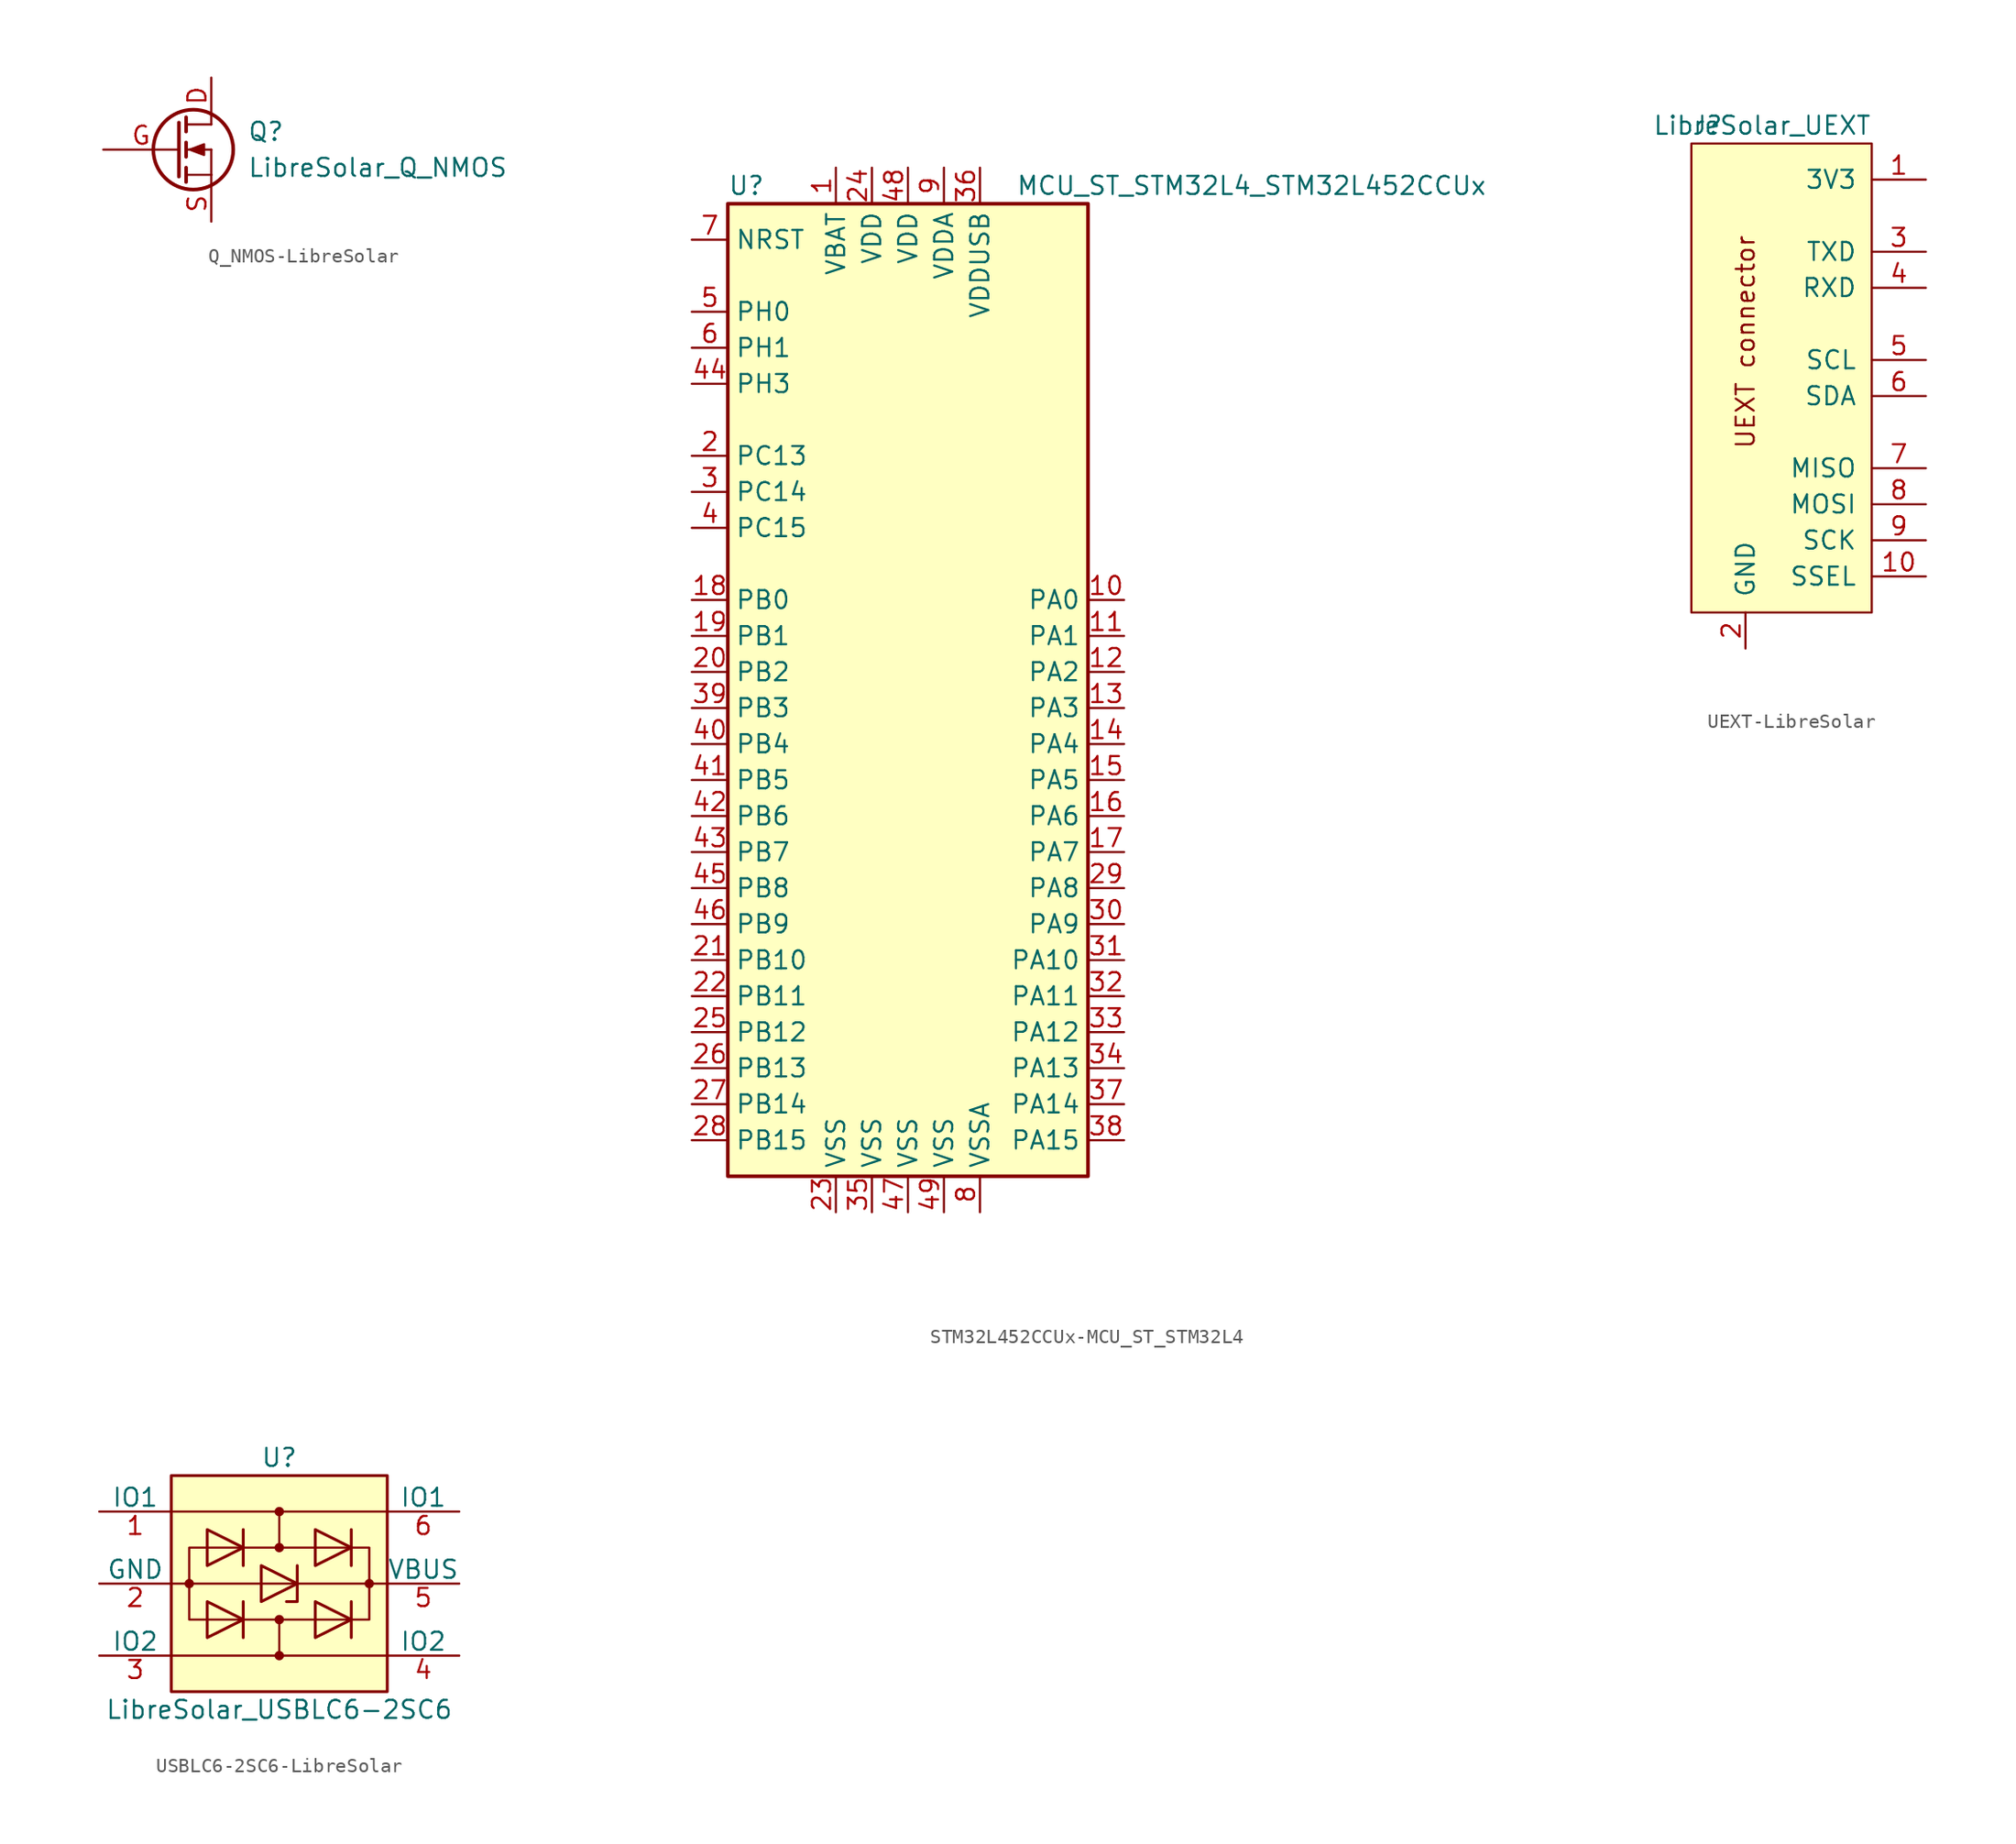
<source format=kicad_sym>
(kicad_symbol_lib
  (version 20231120)
  (generator "kicad_symbol_editor")
  (generator_version "8.0")
  (symbol "Q_NMOS-LibreSolar"
    (pin_names
      (offset 0) hide)
    (property "Reference" "Q"
      (at 5.08 1.27 0)
      (effects (font (size 1.27 1.27)) (justify left)))
    (property "Value" "LibreSolar_Q_NMOS"
      (at 5.08 -1.27 0)
      (effects (font (size 1.27 1.27)) (justify left)))
    (property "Footprint" ""
      (at 5.08 2.54 0)
      (effects (font (size 1.27 1.27))))
    (property "Datasheet" ""
      (at 0 0 0)
      (effects (font (size 1.27 1.27))))
    (symbol "Q_NMOS-LibreSolar_0_1"
      (polyline (pts (xy 0.762 -1.778) (xy 2.54 -1.778)) (stroke (width 0) (type solid)) (fill (type none)))
      (polyline (pts (xy 0.762 -1.27) (xy 0.762 -2.286)) (stroke (width 0.254) (type solid)) (fill (type none)))
      (polyline (pts (xy 0.762 0) (xy 2.54 0)) (stroke (width 0) (type solid)) (fill (type none)))
      (polyline (pts (xy 0.762 0.508) (xy 0.762 -0.508)) (stroke (width 0.254) (type solid)) (fill (type none)))
      (polyline (pts (xy 0.762 1.778) (xy 2.54 1.778)) (stroke (width 0) (type solid)) (fill (type none)))
      (polyline (pts (xy 0.762 2.286) (xy 0.762 1.27)) (stroke (width 0.254) (type solid)) (fill (type none)))
      (polyline (pts (xy 2.54 -1.778) (xy 2.54 -2.54)) (stroke (width 0) (type solid)) (fill (type none)))
      (polyline (pts (xy 2.54 -1.778) (xy 2.54 0)) (stroke (width 0) (type solid)) (fill (type none)))
      (polyline (pts (xy 2.54 2.54) (xy 2.54 1.778)) (stroke (width 0) (type solid)) (fill (type none)))
      (polyline (pts (xy 0.254 1.905) (xy 0.254 -1.905) (xy 0.254 -1.905)) (stroke (width 0.254) (type solid)) (fill (type none)))
      (polyline (pts (xy 1.016 0) (xy 2.032 0.381) (xy 2.032 -0.381) (xy 1.016 0)) (stroke (width 0) (type solid)) (fill (type outline)))
      (circle (center 1.27 0) (radius 2.819) (stroke (width 0.254) (type solid)) (fill (type none))))
    (symbol "Q_NMOS-LibreSolar_1_1"
      (pin passive line (at 2.54 5.08 270) (length 2.54) (name "D" (effects (font (size 1.27 1.27)))) (number "D" (effects (font (size 1.27 1.27)))))
      (pin input line (at -5.08 0 0) (length 5.334) (name "G" (effects (font (size 1.27 1.27)))) (number "G" (effects (font (size 1.27 1.27)))))
      (pin passive line (at 2.54 -5.08 90) (length 2.54) (name "S" (effects (font (size 1.27 1.27)))) (number "S" (effects (font (size 1.27 1.27)))))))
  (symbol "STM32L452CCUx-MCU_ST_STM32L4"
    (property "Reference" "U"
      (at -12.7 34.29 0)
      (effects (font (size 1.27 1.27)) (justify left)))
    (property "Value" "MCU_ST_STM32L4_STM32L452CCUx"
      (at 7.62 34.29 0)
      (effects (font (size 1.27 1.27)) (justify left)))
    (symbol "STM32L452CCUx-MCU_ST_STM32L4_0_1"
      (rectangle (start -12.7 -35.56) (end 12.7 33.02) (stroke (width 0.254) (type solid)) (fill (type background))))
    (symbol "STM32L452CCUx-MCU_ST_STM32L4_1_1"
      (pin power_in line (at -5.08 35.56 270) (length 2.54) (name "VBAT" (effects (font (size 1.27 1.27)))) (number "1" (effects (font (size 1.27 1.27)))))
      (pin bidirectional line (at 15.24 5.08 180) (length 2.54) (name "PA0" (effects (font (size 1.27 1.27)))) (number "10" (effects (font (size 1.27 1.27)))))
      (pin bidirectional line (at 15.24 2.54 180) (length 2.54) (name "PA1" (effects (font (size 1.27 1.27)))) (number "11" (effects (font (size 1.27 1.27)))))
      (pin bidirectional line (at 15.24 0 180) (length 2.54) (name "PA2" (effects (font (size 1.27 1.27)))) (number "12" (effects (font (size 1.27 1.27)))))
      (pin bidirectional line (at 15.24 -2.54 180) (length 2.54) (name "PA3" (effects (font (size 1.27 1.27)))) (number "13" (effects (font (size 1.27 1.27)))))
      (pin bidirectional line (at 15.24 -5.08 180) (length 2.54) (name "PA4" (effects (font (size 1.27 1.27)))) (number "14" (effects (font (size 1.27 1.27)))))
      (pin bidirectional line (at 15.24 -7.62 180) (length 2.54) (name "PA5" (effects (font (size 1.27 1.27)))) (number "15" (effects (font (size 1.27 1.27)))))
      (pin bidirectional line (at 15.24 -10.16 180) (length 2.54) (name "PA6" (effects (font (size 1.27 1.27)))) (number "16" (effects (font (size 1.27 1.27)))))
      (pin bidirectional line (at 15.24 -12.7 180) (length 2.54) (name "PA7" (effects (font (size 1.27 1.27)))) (number "17" (effects (font (size 1.27 1.27)))))
      (pin bidirectional line (at -15.24 5.08 0) (length 2.54) (name "PB0" (effects (font (size 1.27 1.27)))) (number "18" (effects (font (size 1.27 1.27)))))
      (pin bidirectional line (at -15.24 2.54 0) (length 2.54) (name "PB1" (effects (font (size 1.27 1.27)))) (number "19" (effects (font (size 1.27 1.27)))))
      (pin bidirectional line (at -15.24 15.24 0) (length 2.54) (name "PC13" (effects (font (size 1.27 1.27)))) (number "2" (effects (font (size 1.27 1.27)))))
      (pin bidirectional line (at -15.24 0 0) (length 2.54) (name "PB2" (effects (font (size 1.27 1.27)))) (number "20" (effects (font (size 1.27 1.27)))))
      (pin bidirectional line (at -15.24 -20.32 0) (length 2.54) (name "PB10" (effects (font (size 1.27 1.27)))) (number "21" (effects (font (size 1.27 1.27)))))
      (pin bidirectional line (at -15.24 -22.86 0) (length 2.54) (name "PB11" (effects (font (size 1.27 1.27)))) (number "22" (effects (font (size 1.27 1.27)))))
      (pin power_in line (at -5.08 -38.1 90) (length 2.54) (name "VSS" (effects (font (size 1.27 1.27)))) (number "23" (effects (font (size 1.27 1.27)))))
      (pin power_in line (at -2.54 35.56 270) (length 2.54) (name "VDD" (effects (font (size 1.27 1.27)))) (number "24" (effects (font (size 1.27 1.27)))))
      (pin bidirectional line (at -15.24 -25.4 0) (length 2.54) (name "PB12" (effects (font (size 1.27 1.27)))) (number "25" (effects (font (size 1.27 1.27)))))
      (pin bidirectional line (at -15.24 -27.94 0) (length 2.54) (name "PB13" (effects (font (size 1.27 1.27)))) (number "26" (effects (font (size 1.27 1.27)))))
      (pin bidirectional line (at -15.24 -30.48 0) (length 2.54) (name "PB14" (effects (font (size 1.27 1.27)))) (number "27" (effects (font (size 1.27 1.27)))))
      (pin bidirectional line (at -15.24 -33.02 0) (length 2.54) (name "PB15" (effects (font (size 1.27 1.27)))) (number "28" (effects (font (size 1.27 1.27)))))
      (pin bidirectional line (at 15.24 -15.24 180) (length 2.54) (name "PA8" (effects (font (size 1.27 1.27)))) (number "29" (effects (font (size 1.27 1.27)))))
      (pin bidirectional line (at -15.24 12.7 0) (length 2.54) (name "PC14" (effects (font (size 1.27 1.27)))) (number "3" (effects (font (size 1.27 1.27)))))
      (pin bidirectional line (at 15.24 -17.78 180) (length 2.54) (name "PA9" (effects (font (size 1.27 1.27)))) (number "30" (effects (font (size 1.27 1.27)))))
      (pin bidirectional line (at 15.24 -20.32 180) (length 2.54) (name "PA10" (effects (font (size 1.27 1.27)))) (number "31" (effects (font (size 1.27 1.27)))))
      (pin bidirectional line (at 15.24 -22.86 180) (length 2.54) (name "PA11" (effects (font (size 1.27 1.27)))) (number "32" (effects (font (size 1.27 1.27)))))
      (pin bidirectional line (at 15.24 -25.4 180) (length 2.54) (name "PA12" (effects (font (size 1.27 1.27)))) (number "33" (effects (font (size 1.27 1.27)))))
      (pin bidirectional line (at 15.24 -27.94 180) (length 2.54) (name "PA13" (effects (font (size 1.27 1.27)))) (number "34" (effects (font (size 1.27 1.27)))))
      (pin power_in line (at -2.54 -38.1 90) (length 2.54) (name "VSS" (effects (font (size 1.27 1.27)))) (number "35" (effects (font (size 1.27 1.27)))))
      (pin power_in line (at 5.08 35.56 270) (length 2.54) (name "VDDUSB" (effects (font (size 1.27 1.27)))) (number "36" (effects (font (size 1.27 1.27)))))
      (pin bidirectional line (at 15.24 -30.48 180) (length 2.54) (name "PA14" (effects (font (size 1.27 1.27)))) (number "37" (effects (font (size 1.27 1.27)))))
      (pin bidirectional line (at 15.24 -33.02 180) (length 2.54) (name "PA15" (effects (font (size 1.27 1.27)))) (number "38" (effects (font (size 1.27 1.27)))))
      (pin bidirectional line (at -15.24 -2.54 0) (length 2.54) (name "PB3" (effects (font (size 1.27 1.27)))) (number "39" (effects (font (size 1.27 1.27)))))
      (pin bidirectional line (at -15.24 10.16 0) (length 2.54) (name "PC15" (effects (font (size 1.27 1.27)))) (number "4" (effects (font (size 1.27 1.27)))))
      (pin bidirectional line (at -15.24 -5.08 0) (length 2.54) (name "PB4" (effects (font (size 1.27 1.27)))) (number "40" (effects (font (size 1.27 1.27)))))
      (pin bidirectional line (at -15.24 -7.62 0) (length 2.54) (name "PB5" (effects (font (size 1.27 1.27)))) (number "41" (effects (font (size 1.27 1.27)))))
      (pin bidirectional line (at -15.24 -10.16 0) (length 2.54) (name "PB6" (effects (font (size 1.27 1.27)))) (number "42" (effects (font (size 1.27 1.27)))))
      (pin bidirectional line (at -15.24 -12.7 0) (length 2.54) (name "PB7" (effects (font (size 1.27 1.27)))) (number "43" (effects (font (size 1.27 1.27)))))
      (pin bidirectional line (at -15.24 20.32 0) (length 2.54) (name "PH3" (effects (font (size 1.27 1.27)))) (number "44" (effects (font (size 1.27 1.27)))))
      (pin bidirectional line (at -15.24 -15.24 0) (length 2.54) (name "PB8" (effects (font (size 1.27 1.27)))) (number "45" (effects (font (size 1.27 1.27)))))
      (pin bidirectional line (at -15.24 -17.78 0) (length 2.54) (name "PB9" (effects (font (size 1.27 1.27)))) (number "46" (effects (font (size 1.27 1.27)))))
      (pin power_in line (at 0 -38.1 90) (length 2.54) (name "VSS" (effects (font (size 1.27 1.27)))) (number "47" (effects (font (size 1.27 1.27)))))
      (pin power_in line (at 0 35.56 270) (length 2.54) (name "VDD" (effects (font (size 1.27 1.27)))) (number "48" (effects (font (size 1.27 1.27)))))
      (pin power_in line (at 2.54 -38.1 90) (length 2.54) (name "VSS" (effects (font (size 1.27 1.27)))) (number "49" (effects (font (size 1.27 1.27)))))
      (pin input line (at -15.24 25.4 0) (length 2.54) (name "PH0" (effects (font (size 1.27 1.27)))) (number "5" (effects (font (size 1.27 1.27)))))
      (pin input line (at -15.24 22.86 0) (length 2.54) (name "PH1" (effects (font (size 1.27 1.27)))) (number "6" (effects (font (size 1.27 1.27)))))
      (pin input line (at -15.24 30.48 0) (length 2.54) (name "NRST" (effects (font (size 1.27 1.27)))) (number "7" (effects (font (size 1.27 1.27)))))
      (pin power_in line (at 5.08 -38.1 90) (length 2.54) (name "VSSA" (effects (font (size 1.27 1.27)))) (number "8" (effects (font (size 1.27 1.27)))))
      (pin power_in line (at 2.54 35.56 270) (length 2.54) (name "VDDA" (effects (font (size 1.27 1.27)))) (number "9" (effects (font (size 1.27 1.27)))))))
  (symbol "UEXT-LibreSolar"
    (pin_names
      (offset 1.016))
    (property "Reference" "J"
      (at -6.35 19.05 0)
      (effects (font (size 1.27 1.27)) (justify left)))
    (property "Value" "LibreSolar_UEXT"
      (at 6.35 19.05 0)
      (effects (font (size 1.27 1.27)) (justify right)))
    (property "Datasheet" ""
      (at 0 -2.54 0)
      (effects (font (size 1.524 1.524))))
    (symbol "UEXT-LibreSolar_0_0"
      (text "UEXT connector" (at -2.54 3.81 900) (effects (font (size 1.27 1.27))))
      (pin passive line (at 10.16 7.62 180) (length 3.81) (name "RXD" (effects (font (size 1.27 1.27)))) (number "4" (effects (font (size 1.27 1.27))))))
    (symbol "UEXT-LibreSolar_0_1"
      (rectangle (start -6.35 17.78) (end 6.35 -15.24) (stroke (width 0) (type solid)) (fill (type background))))
    (symbol "UEXT-LibreSolar_1_1"
      (pin passive line (at 10.16 15.24 180) (length 3.81) (name "3V3" (effects (font (size 1.27 1.27)))) (number "1" (effects (font (size 1.27 1.27)))))
      (pin passive line (at 10.16 -12.7 180) (length 3.81) (name "SSEL" (effects (font (size 1.27 1.27)))) (number "10" (effects (font (size 1.27 1.27)))))
      (pin passive line (at -2.54 -17.78 90) (length 2.54) (name "GND" (effects (font (size 1.27 1.27)))) (number "2" (effects (font (size 1.27 1.27)))))
      (pin passive line (at 10.16 10.16 180) (length 3.81) (name "TXD" (effects (font (size 1.27 1.27)))) (number "3" (effects (font (size 1.27 1.27)))))
      (pin passive line (at 10.16 2.54 180) (length 3.81) (name "SCL" (effects (font (size 1.27 1.27)))) (number "5" (effects (font (size 1.27 1.27)))))
      (pin passive line (at 10.16 0 180) (length 3.81) (name "SDA" (effects (font (size 1.27 1.27)))) (number "6" (effects (font (size 1.27 1.27)))))
      (pin passive line (at 10.16 -5.08 180) (length 3.81) (name "MISO" (effects (font (size 1.27 1.27)))) (number "7" (effects (font (size 1.27 1.27)))))
      (pin passive line (at 10.16 -7.62 180) (length 3.81) (name "MOSI" (effects (font (size 1.27 1.27)))) (number "8" (effects (font (size 1.27 1.27)))))
      (pin passive line (at 10.16 -10.16 180) (length 3.81) (name "SCK" (effects (font (size 1.27 1.27)))) (number "9" (effects (font (size 1.27 1.27)))))))
  (symbol "USBLC6-2SC6-LibreSolar"
    (pin_names
      (offset 0))
    (property "Reference" "U"
      (at 0 8.89 0)
      (effects (font (size 1.27 1.27))))
    (property "Value" "LibreSolar_USBLC6-2SC6"
      (at 0 -8.89 0)
      (effects (font (size 1.27 1.27))))
    (symbol "USBLC6-2SC6-LibreSolar_0_1"
      (rectangle (start -7.62 7.62) (end 7.62 -7.62) (stroke (width 0.203) (type solid)) (fill (type background)))
      (circle (center -6.35 0) (radius 0.254) (stroke (width 0) (type solid)) (fill (type outline)))
      (circle (center 0 -5.08) (radius 0.254) (stroke (width 0) (type solid)) (fill (type outline)))
      (circle (center 0 -2.54) (radius 0.254) (stroke (width 0) (type solid)) (fill (type outline)))
      (polyline (pts (xy -7.62 0) (xy -6.35 0)) (stroke (width 0) (type solid)) (fill (type none)))
      (polyline (pts (xy -6.35 0) (xy 1.27 0)) (stroke (width 0) (type solid)) (fill (type none)))
      (polyline (pts (xy -2.54 -2.54) (xy 5.08 -2.54)) (stroke (width 0) (type solid)) (fill (type none)))
      (polyline (pts (xy -2.54 -1.27) (xy -2.54 -3.81)) (stroke (width 0.203) (type solid)) (fill (type none)))
      (polyline (pts (xy -2.54 1.27) (xy -2.54 3.81)) (stroke (width 0.203) (type solid)) (fill (type none)))
      (polyline (pts (xy -2.54 2.54) (xy 5.08 2.54)) (stroke (width 0) (type solid)) (fill (type none)))
      (polyline (pts (xy 0 -5.08) (xy -7.62 -5.08)) (stroke (width 0) (type solid)) (fill (type none)))
      (polyline (pts (xy 0 5.08) (xy -7.62 5.08)) (stroke (width 0) (type solid)) (fill (type none)))
      (polyline (pts (xy 1.27 0) (xy 6.35 0)) (stroke (width 0) (type solid)) (fill (type none)))
      (polyline (pts (xy 5.08 -1.27) (xy 5.08 -3.81)) (stroke (width 0.203) (type solid)) (fill (type none)))
      (polyline (pts (xy 5.08 1.27) (xy 5.08 3.81)) (stroke (width 0.203) (type solid)) (fill (type none)))
      (polyline (pts (xy 6.35 0) (xy 7.62 0)) (stroke (width 0) (type solid)) (fill (type none)))
      (polyline (pts (xy -6.35 0) (xy -6.35 2.54) (xy -2.54 2.54)) (stroke (width 0) (type solid)) (fill (type none)))
      (polyline (pts (xy -2.54 -2.54) (xy -6.35 -2.54) (xy -6.35 0)) (stroke (width 0) (type solid)) (fill (type none)))
      (polyline (pts (xy 0 -2.54) (xy 0 -5.08) (xy 7.62 -5.08)) (stroke (width 0) (type solid)) (fill (type none)))
      (polyline (pts (xy 0 2.54) (xy 0 5.08) (xy 7.62 5.08)) (stroke (width 0) (type solid)) (fill (type none)))
      (polyline (pts (xy -5.08 -3.81) (xy -5.08 -1.27) (xy -2.54 -2.54) (xy -5.08 -3.81)) (stroke (width 0.203) (type solid)) (fill (type none)))
      (polyline (pts (xy -5.08 3.81) (xy -5.08 1.27) (xy -2.54 2.54) (xy -5.08 3.81)) (stroke (width 0.203) (type solid)) (fill (type none)))
      (polyline (pts (xy -1.27 1.27) (xy -1.27 -1.27) (xy 1.27 0) (xy -1.27 1.27)) (stroke (width 0.203) (type solid)) (fill (type none)))
      (polyline (pts (xy 0.508 -1.27) (xy 1.27 -1.27) (xy 1.27 0.762) (xy 1.27 1.27)) (stroke (width 0.203) (type solid)) (fill (type none)))
      (polyline (pts (xy 2.54 -3.81) (xy 2.54 -1.27) (xy 5.08 -2.54) (xy 2.54 -3.81)) (stroke (width 0.203) (type solid)) (fill (type none)))
      (polyline (pts (xy 2.54 3.81) (xy 2.54 1.27) (xy 5.08 2.54) (xy 2.54 3.81)) (stroke (width 0.203) (type solid)) (fill (type none)))
      (polyline (pts (xy 5.08 2.54) (xy 6.35 2.54) (xy 6.35 -2.54) (xy 5.08 -2.54)) (stroke (width 0) (type solid)) (fill (type none)))
      (circle (center 0 2.54) (radius 0.254) (stroke (width 0) (type solid)) (fill (type outline)))
      (circle (center 0 5.08) (radius 0.254) (stroke (width 0) (type solid)) (fill (type outline)))
      (circle (center 6.35 0) (radius 0.254) (stroke (width 0) (type solid)) (fill (type outline))))
    (symbol "USBLC6-2SC6-LibreSolar_1_1"
      (pin passive line (at -12.7 5.08 0) (length 5.08) (name "IO1" (effects (font (size 1.27 1.27)))) (number "1" (effects (font (size 1.27 1.27)))))
      (pin power_in line (at -12.7 0 0) (length 5.08) (name "GND" (effects (font (size 1.27 1.27)))) (number "2" (effects (font (size 1.27 1.27)))))
      (pin passive line (at -12.7 -5.08 0) (length 5.08) (name "IO2" (effects (font (size 1.27 1.27)))) (number "3" (effects (font (size 1.27 1.27)))))
      (pin passive line (at 12.7 -5.08 180) (length 5.08) (name "IO2" (effects (font (size 1.27 1.27)))) (number "4" (effects (font (size 1.27 1.27)))))
      (pin passive line (at 12.7 0 180) (length 5.08) (name "VBUS" (effects (font (size 1.27 1.27)))) (number "5" (effects (font (size 1.27 1.27)))))
      (pin passive line (at 12.7 5.08 180) (length 5.08) (name "IO1" (effects (font (size 1.27 1.27)))) (number "6" (effects (font (size 1.27 1.27))))))))
</source>
